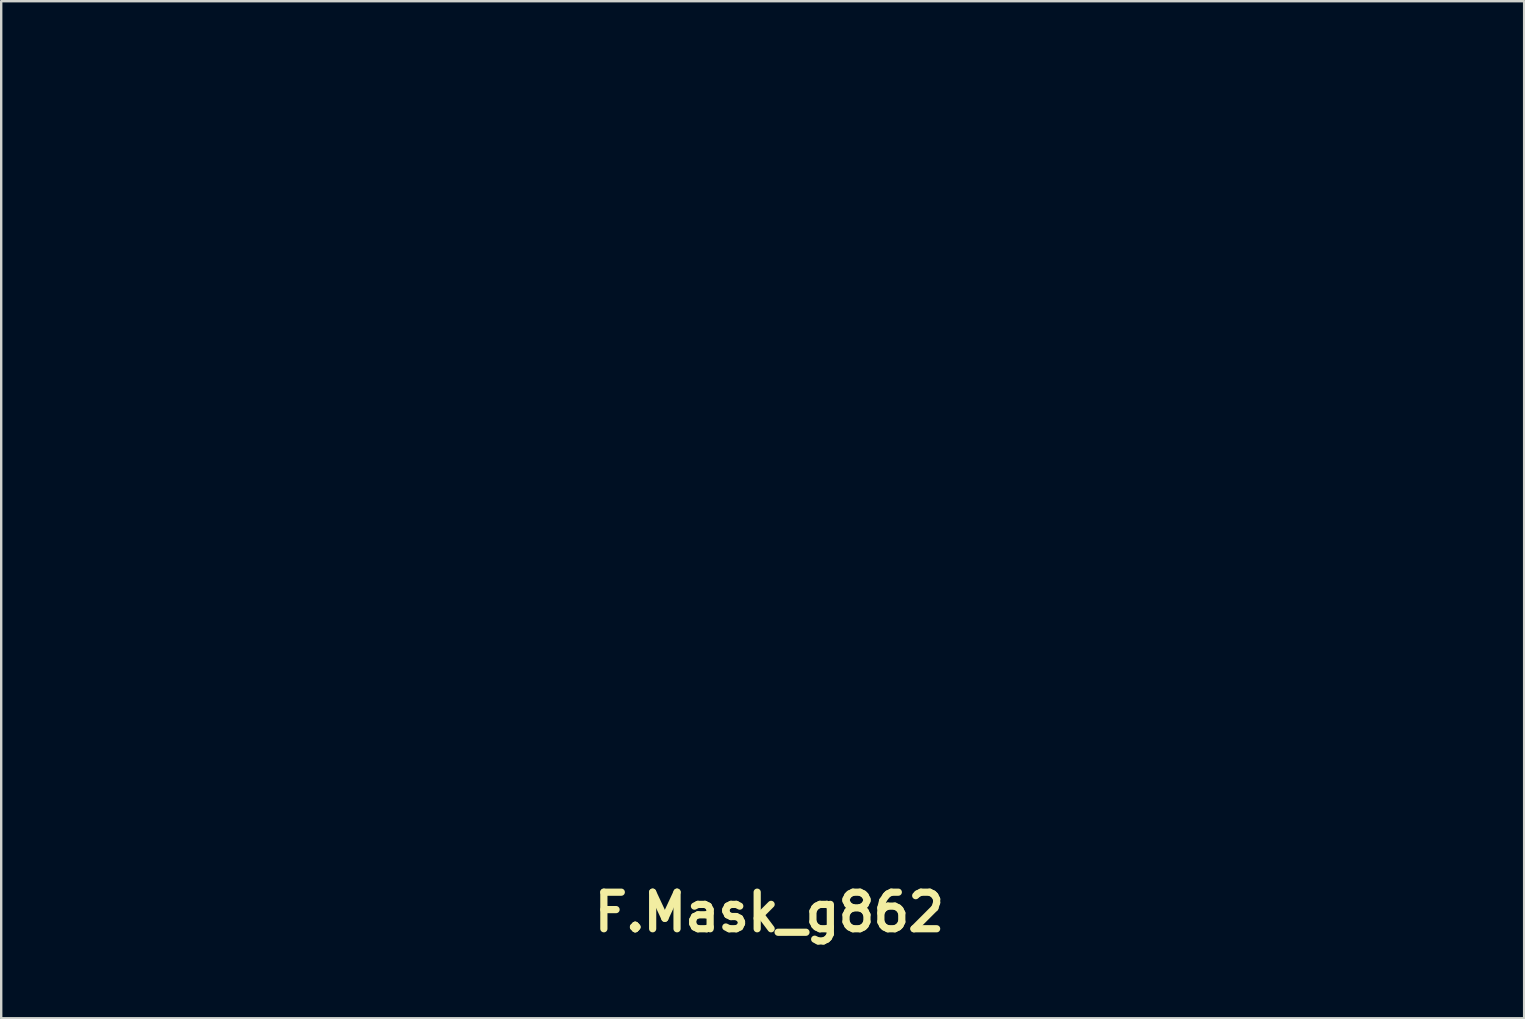
<source format=kicad_pcb>
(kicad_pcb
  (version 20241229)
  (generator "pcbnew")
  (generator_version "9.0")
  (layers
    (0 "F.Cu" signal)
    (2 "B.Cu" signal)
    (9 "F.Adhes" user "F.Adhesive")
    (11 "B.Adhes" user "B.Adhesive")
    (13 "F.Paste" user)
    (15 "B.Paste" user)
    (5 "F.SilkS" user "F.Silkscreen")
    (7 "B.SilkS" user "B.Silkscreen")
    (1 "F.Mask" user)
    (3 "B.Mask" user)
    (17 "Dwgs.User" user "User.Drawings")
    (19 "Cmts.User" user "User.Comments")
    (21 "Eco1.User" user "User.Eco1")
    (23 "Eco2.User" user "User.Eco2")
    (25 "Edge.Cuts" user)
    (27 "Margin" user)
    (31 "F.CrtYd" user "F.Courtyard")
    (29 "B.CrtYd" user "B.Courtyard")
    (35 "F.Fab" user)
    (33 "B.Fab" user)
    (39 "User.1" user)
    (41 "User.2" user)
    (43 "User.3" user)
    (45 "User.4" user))
  (footprint "F.Mask_g862"
    (layer "F.Cu")
    (at 28.999 34.949)
    (property "Reference" "F.Mask_g862" (at 0 0 0) (layer "F.SilkS") (effects (font (size 1.524 1.524) (thickness 0.3))))
    (attr through_hole)
    (fp_poly (pts (xy 22.66 -34.9) (xy 22.698 -34.783) (xy 22.756 -34.6) (xy 22.83 -34.359) (xy 22.92 -34.067) (xy 23.021 -33.733) (xy 23.133 -33.364) (xy 23.252 -32.968) (xy 23.289 -32.845) (xy 23.411 -32.442) (xy 23.525 -32.064) (xy 23.63 -31.719) (xy 23.723 -31.414) (xy 23.802 -31.157) (xy 23.865 -30.956) (xy 23.909 -30.818) (xy 23.932 -30.752) (xy 23.934 -30.747) (xy 23.978 -30.753) (xy 24.095 -30.781) (xy 24.279 -30.828) (xy 24.52 -30.892) (xy 24.812 -30.97) (xy 25.147 -31.061) (xy 25.516 -31.163) (xy 25.912 -31.273) (xy 26.017 -31.303) (xy 26.419 -31.415) (xy 26.798 -31.52) (xy 27.143 -31.615) (xy 27.449 -31.698) (xy 27.707 -31.766) (xy 27.908 -31.819) (xy 28.046 -31.853) (xy 28.112 -31.867) (xy 28.117 -31.867) (xy 28.096 -31.835) (xy 28.023 -31.746) (xy 27.903 -31.607) (xy 27.74 -31.423) (xy 27.54 -31.2) (xy 27.308 -30.944) (xy 27.049 -30.661) (xy 26.768 -30.355) (xy 26.629 -30.205) (xy 25.103 -28.555) (xy 26.786 -26.872) (xy 27.096 -26.561) (xy 27.387 -26.269) (xy 27.652 -26) (xy 27.888 -25.761) (xy 28.088 -25.556) (xy 28.248 -25.392) (xy 28.362 -25.272) (xy 28.425 -25.204) (xy 28.436 -25.188) (xy 28.391 -25.2) (xy 28.271 -25.233) (xy 28.086 -25.285) (xy 27.842 -25.355) (xy 27.547 -25.44) (xy 27.209 -25.537) (xy 26.835 -25.646) (xy 26.433 -25.762) (xy 26.231 -25.821) (xy 25.815 -25.942) (xy 25.422 -26.056) (xy 25.058 -26.162) (xy 24.733 -26.256) (xy 24.453 -26.337) (xy 24.227 -26.402) (xy 24.064 -26.449) (xy 23.97 -26.475) (xy 23.952 -26.48) (xy 23.846 -26.507) (xy 23.283 -24.25) (xy 23.148 -23.707) (xy 23.031 -23.243) (xy 22.931 -22.854) (xy 22.849 -22.538) (xy 22.781 -22.29) (xy 22.729 -22.107) (xy 22.691 -21.985) (xy 22.665 -21.921) (xy 22.651 -21.912) (xy 22.648 -21.94) (xy 22.637 -21.991) (xy 22.605 -22.114) (xy 22.555 -22.3) (xy 22.49 -22.539) (xy 22.411 -22.823) (xy 22.322 -23.142) (xy 22.225 -23.487) (xy 22.123 -23.85) (xy 22.019 -24.221) (xy 21.914 -24.591) (xy 21.811 -24.951) (xy 21.714 -25.292) (xy 21.624 -25.605) (xy 21.544 -25.881) (xy 21.477 -26.111) (xy 21.425 -26.285) (xy 21.391 -26.395) (xy 21.377 -26.432) (xy 21.331 -26.428) (xy 21.21 -26.404) (xy 21.023 -26.361) (xy 20.776 -26.301) (xy 20.477 -26.226) (xy 20.135 -26.137) (xy 19.755 -26.038) (xy 19.345 -25.928) (xy 19.214 -25.893) (xy 18.806 -25.783) (xy 18.422 -25.68) (xy 18.071 -25.587) (xy 17.761 -25.505) (xy 17.498 -25.437) (xy 17.292 -25.385) (xy 17.149 -25.349) (xy 17.077 -25.334) (xy 17.07 -25.333) (xy 17.096 -25.366) (xy 17.176 -25.452) (xy 17.305 -25.588) (xy 17.478 -25.766) (xy 17.688 -25.983) (xy 17.93 -26.231) (xy 18.2 -26.506) (xy 18.491 -26.801) (xy 18.622 -26.933) (xy 20.188 -28.517) (xy 18.647 -30.123) (xy 18.354 -30.43) (xy 18.079 -30.718) (xy 17.83 -30.981) (xy 17.611 -31.215) (xy 17.427 -31.412) (xy 17.284 -31.568) (xy 17.187 -31.677) (xy 17.141 -31.733) (xy 17.138 -31.74) (xy 17.184 -31.732) (xy 17.304 -31.706) (xy 17.492 -31.663) (xy 17.738 -31.605) (xy 18.035 -31.534) (xy 18.375 -31.452) (xy 18.752 -31.36) (xy 19.156 -31.261) (xy 19.322 -31.22) (xy 19.734 -31.119) (xy 20.121 -31.024) (xy 20.475 -30.938) (xy 20.787 -30.862) (xy 21.052 -30.799) (xy 21.26 -30.75) (xy 21.404 -30.717) (xy 21.477 -30.702) (xy 21.484 -30.701) (xy 21.497 -30.743) (xy 21.528 -30.859) (xy 21.578 -31.042) (xy 21.643 -31.283) (xy 21.721 -31.576) (xy 21.811 -31.913) (xy 21.91 -32.285) (xy 22.016 -32.686) (xy 22.057 -32.84) (xy 22.166 -33.248) (xy 22.268 -33.629) (xy 22.363 -33.976) (xy 22.447 -34.282) (xy 22.519 -34.539) (xy 22.577 -34.739) (xy 22.618 -34.875) (xy 22.64 -34.939) (xy 22.644 -34.944) (xy 22.66 -34.9)) (stroke (width 0.01) (type solid)) (fill yes) (layer "F.Mask"))
    (fp_poly (pts (xy 7.311 -34.887) (xy 7.313 -34.883) (xy 7.333 -34.822) (xy 7.374 -34.689) (xy 7.435 -34.49) (xy 7.513 -34.236) (xy 7.605 -33.933) (xy 7.708 -33.59) (xy 7.821 -33.216) (xy 7.94 -32.818) (xy 7.959 -32.755) (xy 8.078 -32.359) (xy 8.191 -31.988) (xy 8.295 -31.651) (xy 8.388 -31.355) (xy 8.466 -31.107) (xy 8.529 -30.917) (xy 8.573 -30.79) (xy 8.596 -30.736) (xy 8.597 -30.734) (xy 8.644 -30.745) (xy 8.763 -30.777) (xy 8.949 -30.827) (xy 9.192 -30.894) (xy 9.486 -30.976) (xy 9.821 -31.069) (xy 10.191 -31.172) (xy 10.587 -31.283) (xy 10.672 -31.307) (xy 11.073 -31.419) (xy 11.45 -31.523) (xy 11.794 -31.617) (xy 12.097 -31.699) (xy 12.353 -31.768) (xy 12.552 -31.819) (xy 12.688 -31.853) (xy 12.751 -31.866) (xy 12.755 -31.866) (xy 12.735 -31.833) (xy 12.662 -31.744) (xy 12.542 -31.605) (xy 12.379 -31.421) (xy 12.179 -31.199) (xy 11.947 -30.943) (xy 11.688 -30.659) (xy 11.407 -30.354) (xy 11.268 -30.203) (xy 9.74 -28.554) (xy 11.421 -26.866) (xy 11.729 -26.555) (xy 12.016 -26.264) (xy 12.277 -25.997) (xy 12.507 -25.76) (xy 12.7 -25.558) (xy 12.852 -25.395) (xy 12.958 -25.278) (xy 13.013 -25.212) (xy 13.018 -25.199) (xy 12.962 -25.214) (xy 12.833 -25.251) (xy 12.638 -25.307) (xy 12.385 -25.381) (xy 12.081 -25.468) (xy 11.735 -25.569) (xy 11.355 -25.679) (xy 10.947 -25.798) (xy 10.718 -25.865) (xy 10.302 -25.985) (xy 9.911 -26.098) (xy 9.553 -26.201) (xy 9.234 -26.292) (xy 8.962 -26.369) (xy 8.746 -26.429) (xy 8.591 -26.471) (xy 8.506 -26.492) (xy 8.492 -26.495) (xy 8.48 -26.452) (xy 8.449 -26.334) (xy 8.402 -26.15) (xy 8.339 -25.906) (xy 8.265 -25.609) (xy 8.179 -25.269) (xy 8.084 -24.891) (xy 7.982 -24.483) (xy 7.92 -24.236) (xy 7.814 -23.814) (xy 7.714 -23.417) (xy 7.621 -23.052) (xy 7.537 -22.727) (xy 7.465 -22.449) (xy 7.406 -22.227) (xy 7.363 -22.067) (xy 7.336 -21.978) (xy 7.33 -21.961) (xy 7.313 -21.995) (xy 7.276 -22.103) (xy 7.221 -22.278) (xy 7.149 -22.513) (xy 7.064 -22.802) (xy 6.967 -23.135) (xy 6.86 -23.508) (xy 6.746 -23.911) (xy 6.666 -24.194) (xy 6.548 -24.616) (xy 6.435 -25.011) (xy 6.33 -25.375) (xy 6.235 -25.697) (xy 6.153 -25.973) (xy 6.084 -26.194) (xy 6.033 -26.352) (xy 6.001 -26.441) (xy 5.991 -26.458) (xy 5.943 -26.447) (xy 5.821 -26.417) (xy 5.633 -26.368) (xy 5.386 -26.303) (xy 5.09 -26.224) (xy 4.75 -26.133) (xy 4.376 -26.033) (xy 3.975 -25.925) (xy 3.834 -25.887) (xy 3.427 -25.777) (xy 3.045 -25.675) (xy 2.696 -25.582) (xy 2.388 -25.5) (xy 2.128 -25.432) (xy 1.925 -25.379) (xy 1.785 -25.343) (xy 1.716 -25.327) (xy 1.71 -25.327) (xy 1.737 -25.358) (xy 1.818 -25.444) (xy 1.947 -25.579) (xy 2.119 -25.758) (xy 2.329 -25.974) (xy 2.571 -26.223) (xy 2.84 -26.499) (xy 3.131 -26.796) (xy 3.263 -26.931) (xy 4.827 -28.526) (xy 3.635 -29.767) (xy 3.36 -30.053) (xy 3.09 -30.334) (xy 2.833 -30.601) (xy 2.599 -30.844) (xy 2.396 -31.054) (xy 2.232 -31.224) (xy 2.116 -31.342) (xy 2.102 -31.357) (xy 1.97 -31.496) (xy 1.866 -31.613) (xy 1.8 -31.694) (xy 1.784 -31.728) (xy 1.829 -31.723) (xy 1.947 -31.699) (xy 2.133 -31.658) (xy 2.377 -31.601) (xy 2.673 -31.532) (xy 3.013 -31.451) (xy 3.388 -31.361) (xy 3.792 -31.262) (xy 3.958 -31.221) (xy 4.371 -31.12) (xy 4.757 -31.025) (xy 5.111 -30.939) (xy 5.423 -30.864) (xy 5.688 -30.8) (xy 5.896 -30.751) (xy 6.04 -30.718) (xy 6.113 -30.703) (xy 6.12 -30.702) (xy 6.133 -30.744) (xy 6.165 -30.86) (xy 6.215 -31.042) (xy 6.281 -31.284) (xy 6.36 -31.577) (xy 6.451 -31.913) (xy 6.551 -32.286) (xy 6.658 -32.686) (xy 6.702 -32.851) (xy 6.83 -33.331) (xy 6.94 -33.736) (xy 7.031 -34.069) (xy 7.106 -34.338) (xy 7.167 -34.546) (xy 7.214 -34.7) (xy 7.251 -34.806) (xy 7.278 -34.869) (xy 7.298 -34.894) (xy 7.311 -34.887)) (stroke (width 0.01) (type solid)) (fill yes) (layer "F.Mask"))
    (fp_poly (pts (xy -8.072 -34.901) (xy -8.034 -34.794) (xy -7.976 -34.62) (xy -7.901 -34.388) (xy -7.812 -34.103) (xy -7.71 -33.775) (xy -7.598 -33.409) (xy -7.479 -33.015) (xy -7.429 -32.85) (xy -7.307 -32.444) (xy -7.191 -32.063) (xy -7.085 -31.716) (xy -6.989 -31.41) (xy -6.907 -31.151) (xy -6.841 -30.948) (xy -6.793 -30.809) (xy -6.766 -30.74) (xy -6.762 -30.734) (xy -6.716 -30.745) (xy -6.596 -30.777) (xy -6.41 -30.827) (xy -6.167 -30.894) (xy -5.873 -30.975) (xy -5.537 -31.068) (xy -5.167 -31.171) (xy -4.77 -31.282) (xy -4.673 -31.309) (xy -4.272 -31.421) (xy -3.895 -31.525) (xy -3.552 -31.618) (xy -3.249 -31.7) (xy -2.994 -31.767) (xy -2.796 -31.818) (xy -2.661 -31.85) (xy -2.599 -31.862) (xy -2.595 -31.862) (xy -2.619 -31.828) (xy -2.695 -31.74) (xy -2.815 -31.603) (xy -2.973 -31.425) (xy -3.164 -31.213) (xy -3.38 -30.975) (xy -3.616 -30.716) (xy -3.864 -30.444) (xy -4.119 -30.166) (xy -4.374 -29.889) (xy -4.622 -29.62) (xy -4.858 -29.365) (xy -5.075 -29.133) (xy -5.267 -28.93) (xy -5.414 -28.775) (xy -5.607 -28.574) (xy -3.938 -26.904) (xy -3.628 -26.593) (xy -3.338 -26.301) (xy -3.073 -26.032) (xy -2.838 -25.792) (xy -2.638 -25.586) (xy -2.478 -25.419) (xy -2.364 -25.298) (xy -2.302 -25.228) (xy -2.291 -25.211) (xy -2.335 -25.219) (xy -2.453 -25.248) (xy -2.637 -25.296) (xy -2.88 -25.363) (xy -3.175 -25.445) (xy -3.514 -25.541) (xy -3.891 -25.649) (xy -4.297 -25.766) (xy -4.588 -25.85) (xy -5.009 -25.973) (xy -5.406 -26.087) (xy -5.771 -26.192) (xy -6.096 -26.284) (xy -6.374 -26.362) (xy -6.598 -26.425) (xy -6.76 -26.469) (xy -6.854 -26.492) (xy -6.874 -26.496) (xy -6.887 -26.453) (xy -6.918 -26.335) (xy -6.965 -26.15) (xy -7.028 -25.905) (xy -7.103 -25.608) (xy -7.189 -25.266) (xy -7.284 -24.887) (xy -7.387 -24.477) (xy -7.457 -24.195) (xy -7.563 -23.771) (xy -7.664 -23.375) (xy -7.757 -23.013) (xy -7.841 -22.692) (xy -7.913 -22.419) (xy -7.972 -22.202) (xy -8.017 -22.048) (xy -8.044 -21.964) (xy -8.052 -21.951) (xy -8.067 -21.998) (xy -8.104 -22.12) (xy -8.158 -22.308) (xy -8.229 -22.554) (xy -8.314 -22.852) (xy -8.411 -23.194) (xy -8.518 -23.572) (xy -8.632 -23.978) (xy -8.698 -24.215) (xy -8.815 -24.632) (xy -8.926 -25.025) (xy -9.028 -25.386) (xy -9.119 -25.706) (xy -9.197 -25.98) (xy -9.26 -26.198) (xy -9.306 -26.354) (xy -9.333 -26.44) (xy -9.338 -26.455) (xy -9.381 -26.448) (xy -9.498 -26.42) (xy -9.682 -26.374) (xy -9.924 -26.312) (xy -10.217 -26.236) (xy -10.554 -26.147) (xy -10.926 -26.048) (xy -11.327 -25.94) (xy -11.483 -25.898) (xy -11.892 -25.788) (xy -12.276 -25.685) (xy -12.627 -25.593) (xy -12.938 -25.511) (xy -13.2 -25.444) (xy -13.407 -25.392) (xy -13.55 -25.357) (xy -13.622 -25.342) (xy -13.629 -25.342) (xy -13.605 -25.375) (xy -13.528 -25.462) (xy -13.404 -25.594) (xy -13.241 -25.765) (xy -13.045 -25.968) (xy -12.822 -26.195) (xy -12.634 -26.386) (xy -12.363 -26.661) (xy -12.082 -26.945) (xy -11.806 -27.225) (xy -11.546 -27.488) (xy -11.316 -27.722) (xy -11.128 -27.913) (xy -11.073 -27.969) (xy -10.526 -28.528) (xy -11.6 -29.641) (xy -11.87 -29.922) (xy -12.144 -30.204) (xy -12.409 -30.478) (xy -12.655 -30.732) (xy -12.872 -30.956) (xy -13.049 -31.137) (xy -13.14 -31.23) (xy -13.297 -31.393) (xy -13.429 -31.535) (xy -13.525 -31.645) (xy -13.576 -31.713) (xy -13.582 -31.729) (xy -13.537 -31.724) (xy -13.418 -31.7) (xy -13.233 -31.659) (xy -12.988 -31.603) (xy -12.692 -31.534) (xy -12.352 -31.453) (xy -11.977 -31.362) (xy -11.573 -31.263) (xy -11.407 -31.222) (xy -10.995 -31.121) (xy -10.608 -31.026) (xy -10.254 -30.941) (xy -9.941 -30.866) (xy -9.676 -30.803) (xy -9.467 -30.755) (xy -9.322 -30.723) (xy -9.248 -30.708) (xy -9.241 -30.708) (xy -9.227 -30.751) (xy -9.194 -30.868) (xy -9.143 -31.051) (xy -9.077 -31.293) (xy -8.998 -31.586) (xy -8.908 -31.922) (xy -8.808 -32.294) (xy -8.702 -32.693) (xy -8.67 -32.814) (xy -8.562 -33.22) (xy -8.46 -33.602) (xy -8.366 -33.95) (xy -8.282 -34.259) (xy -8.21 -34.518) (xy -8.153 -34.722) (xy -8.113 -34.862) (xy -8.092 -34.929) (xy -8.089 -34.934) (xy -8.072 -34.901)) (stroke (width 0.01) (type solid)) (fill yes) (layer "F.Mask"))
    (fp_poly (pts (xy -23.437 -34.889) (xy -23.398 -34.787) (xy -23.34 -34.617) (xy -23.264 -34.388) (xy -23.174 -34.105) (xy -23.071 -33.776) (xy -22.958 -33.408) (xy -22.837 -33.009) (xy -22.8 -32.885) (xy -22.678 -32.481) (xy -22.563 -32.101) (xy -22.457 -31.753) (xy -22.362 -31.445) (xy -22.281 -31.185) (xy -22.216 -30.981) (xy -22.17 -30.839) (xy -22.145 -30.769) (xy -22.142 -30.763) (xy -22.096 -30.767) (xy -21.976 -30.792) (xy -21.791 -30.837) (xy -21.547 -30.899) (xy -21.254 -30.976) (xy -20.918 -31.066) (xy -20.548 -31.166) (xy -20.151 -31.276) (xy -20.048 -31.305) (xy -19.646 -31.418) (xy -19.268 -31.522) (xy -18.922 -31.617) (xy -18.617 -31.7) (xy -18.36 -31.768) (xy -18.159 -31.821) (xy -18.022 -31.855) (xy -17.956 -31.869) (xy -17.952 -31.869) (xy -17.973 -31.837) (xy -18.047 -31.748) (xy -18.168 -31.609) (xy -18.331 -31.425) (xy -18.532 -31.202) (xy -18.765 -30.946) (xy -19.024 -30.663) (xy -19.305 -30.358) (xy -19.442 -30.211) (xy -20.967 -28.566) (xy -19.301 -26.9) (xy -18.992 -26.59) (xy -18.702 -26.298) (xy -18.437 -26.029) (xy -18.202 -25.79) (xy -18.003 -25.584) (xy -17.843 -25.418) (xy -17.73 -25.298) (xy -17.668 -25.228) (xy -17.658 -25.212) (xy -17.702 -25.219) (xy -17.819 -25.248) (xy -18.003 -25.297) (xy -18.246 -25.364) (xy -18.541 -25.446) (xy -18.879 -25.542) (xy -19.255 -25.65) (xy -19.661 -25.767) (xy -19.938 -25.847) (xy -20.358 -25.969) (xy -20.755 -26.083) (xy -21.119 -26.185) (xy -21.445 -26.276) (xy -21.723 -26.351) (xy -21.948 -26.41) (xy -22.111 -26.451) (xy -22.205 -26.47) (xy -22.225 -26.471) (xy -22.241 -26.425) (xy -22.275 -26.304) (xy -22.325 -26.116) (xy -22.39 -25.868) (xy -22.467 -25.569) (xy -22.555 -25.225) (xy -22.651 -24.845) (xy -22.754 -24.435) (xy -22.817 -24.183) (xy -22.922 -23.761) (xy -23.022 -23.365) (xy -23.114 -23.002) (xy -23.196 -22.679) (xy -23.267 -22.405) (xy -23.324 -22.186) (xy -23.365 -22.029) (xy -23.39 -21.943) (xy -23.396 -21.929) (xy -23.423 -21.962) (xy -23.431 -21.982) (xy -23.446 -22.031) (xy -23.481 -22.155) (xy -23.535 -22.345) (xy -23.604 -22.593) (xy -23.688 -22.892) (xy -23.784 -23.235) (xy -23.89 -23.612) (xy -24.003 -24.018) (xy -24.062 -24.23) (xy -24.179 -24.645) (xy -24.289 -25.036) (xy -24.39 -25.394) (xy -24.481 -25.713) (xy -24.559 -25.983) (xy -24.621 -26.199) (xy -24.667 -26.352) (xy -24.693 -26.435) (xy -24.698 -26.448) (xy -24.743 -26.442) (xy -24.861 -26.415) (xy -25.045 -26.37) (xy -25.288 -26.309) (xy -25.582 -26.233) (xy -25.919 -26.145) (xy -26.292 -26.046) (xy -26.693 -25.938) (xy -26.849 -25.896) (xy -27.258 -25.786) (xy -27.641 -25.683) (xy -27.992 -25.59) (xy -28.303 -25.509) (xy -28.565 -25.441) (xy -28.772 -25.389) (xy -28.915 -25.354) (xy -28.987 -25.339) (xy -28.994 -25.339) (xy -28.969 -25.372) (xy -28.889 -25.459) (xy -28.76 -25.594) (xy -28.588 -25.773) (xy -28.378 -25.989) (xy -28.136 -26.237) (xy -27.866 -26.511) (xy -27.575 -26.805) (xy -27.457 -26.924) (xy -27.158 -27.226) (xy -26.879 -27.51) (xy -26.625 -27.77) (xy -26.401 -28.001) (xy -26.213 -28.198) (xy -26.066 -28.354) (xy -25.966 -28.464) (xy -25.918 -28.521) (xy -25.915 -28.529) (xy -25.946 -28.565) (xy -26.031 -28.657) (xy -26.163 -28.798) (xy -26.338 -28.983) (xy -26.549 -29.205) (xy -26.791 -29.459) (xy -27.059 -29.738) (xy -27.347 -30.038) (xy -27.45 -30.145) (xy -27.742 -30.449) (xy -28.014 -30.734) (xy -28.26 -30.995) (xy -28.477 -31.225) (xy -28.657 -31.42) (xy -28.796 -31.573) (xy -28.889 -31.679) (xy -28.931 -31.732) (xy -28.932 -31.737) (xy -28.884 -31.729) (xy -28.762 -31.703) (xy -28.574 -31.66) (xy -28.327 -31.602) (xy -28.029 -31.531) (xy -27.688 -31.449) (xy -27.312 -31.357) (xy -26.908 -31.257) (xy -26.758 -31.22) (xy -26.347 -31.119) (xy -25.96 -31.025) (xy -25.607 -30.941) (xy -25.294 -30.867) (xy -25.03 -30.807) (xy -24.821 -30.762) (xy -24.676 -30.732) (xy -24.603 -30.722) (xy -24.595 -30.723) (xy -24.58 -30.769) (xy -24.545 -30.889) (xy -24.492 -31.075) (xy -24.425 -31.32) (xy -24.345 -31.614) (xy -24.254 -31.951) (xy -24.155 -32.323) (xy -24.05 -32.721) (xy -24.027 -32.808) (xy -23.92 -33.212) (xy -23.819 -33.592) (xy -23.726 -33.939) (xy -23.643 -34.246) (xy -23.572 -34.505) (xy -23.516 -34.708) (xy -23.477 -34.847) (xy -23.457 -34.913) (xy -23.455 -34.917) (xy -23.437 -34.889)) (stroke (width 0.01) (type solid)) (fill yes) (layer "F.Mask")))
  (gr_rect
    (start -3 -3)
    (end 60.44 39.367)
    (stroke (width 0.1) (type default))
    (fill no)
    (layer "Edge.Cuts")))
</source>
